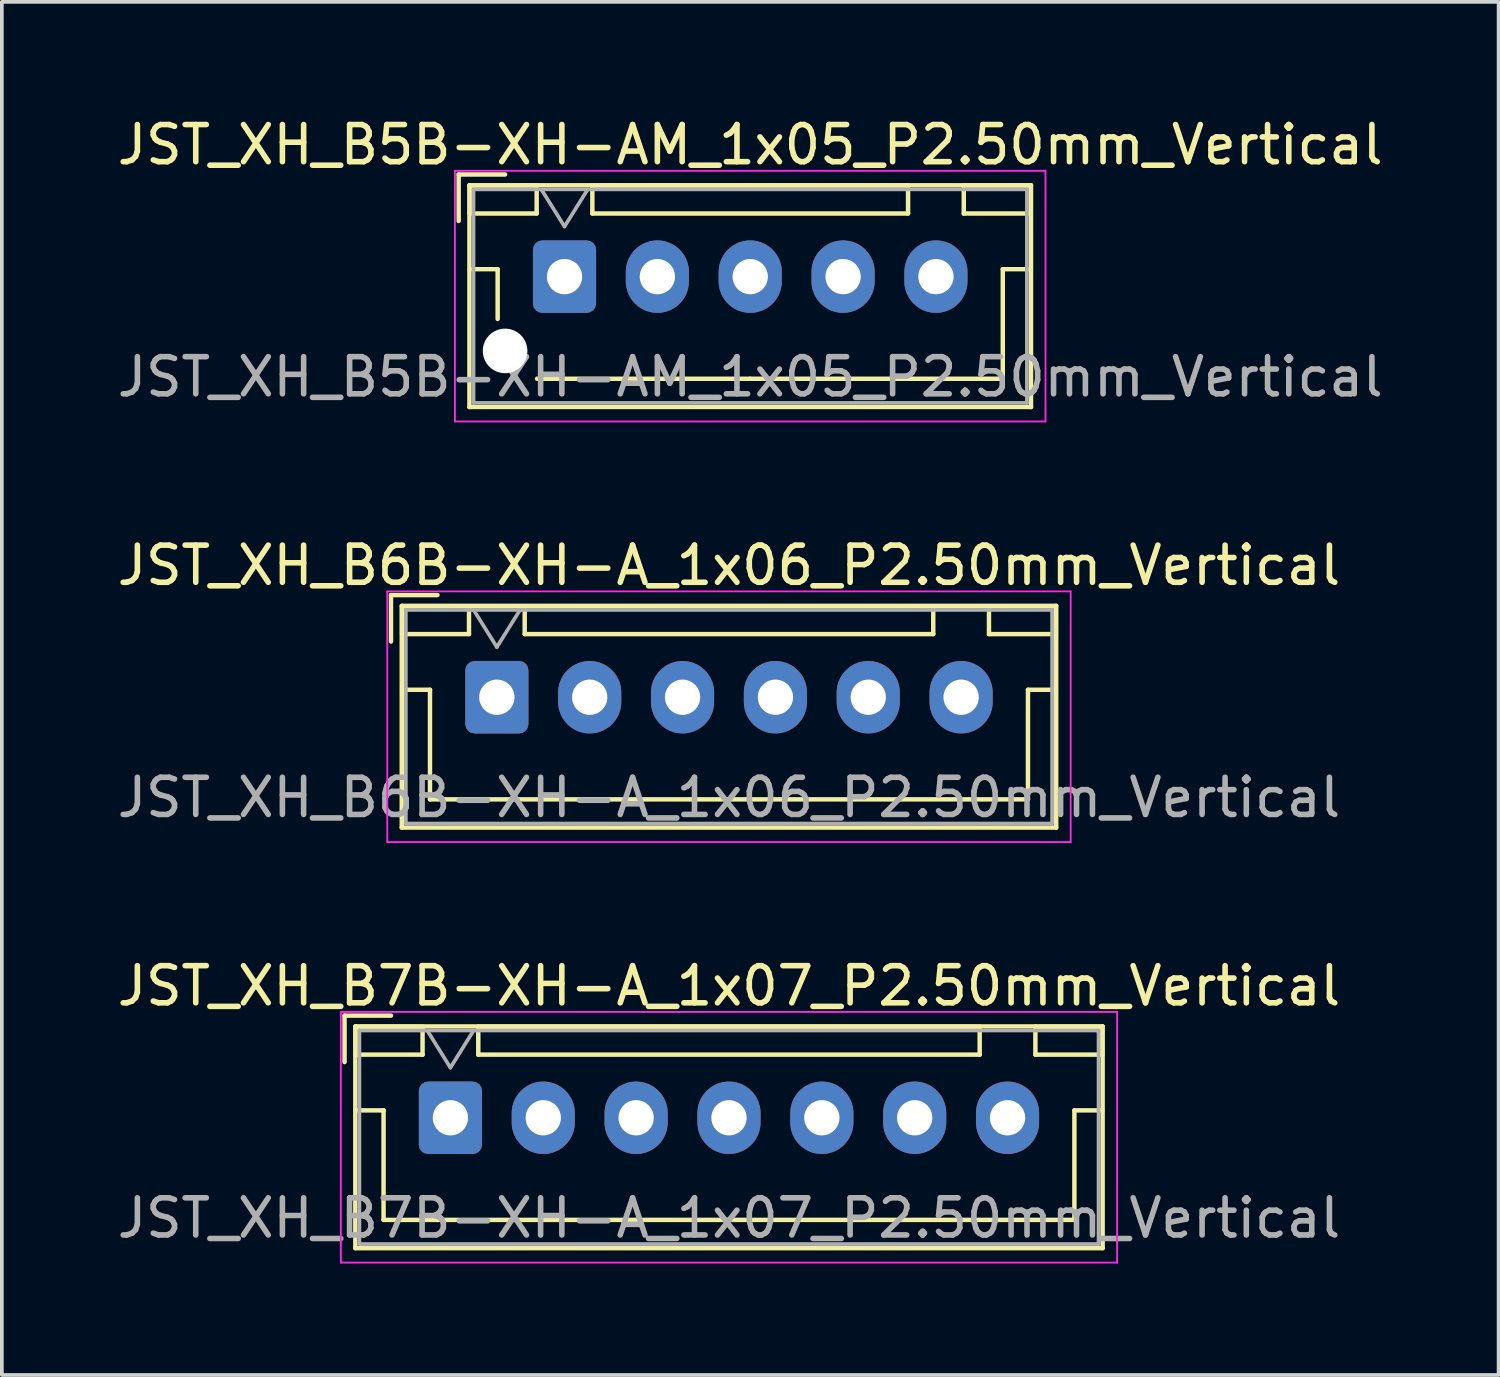
<source format=kicad_pcb>
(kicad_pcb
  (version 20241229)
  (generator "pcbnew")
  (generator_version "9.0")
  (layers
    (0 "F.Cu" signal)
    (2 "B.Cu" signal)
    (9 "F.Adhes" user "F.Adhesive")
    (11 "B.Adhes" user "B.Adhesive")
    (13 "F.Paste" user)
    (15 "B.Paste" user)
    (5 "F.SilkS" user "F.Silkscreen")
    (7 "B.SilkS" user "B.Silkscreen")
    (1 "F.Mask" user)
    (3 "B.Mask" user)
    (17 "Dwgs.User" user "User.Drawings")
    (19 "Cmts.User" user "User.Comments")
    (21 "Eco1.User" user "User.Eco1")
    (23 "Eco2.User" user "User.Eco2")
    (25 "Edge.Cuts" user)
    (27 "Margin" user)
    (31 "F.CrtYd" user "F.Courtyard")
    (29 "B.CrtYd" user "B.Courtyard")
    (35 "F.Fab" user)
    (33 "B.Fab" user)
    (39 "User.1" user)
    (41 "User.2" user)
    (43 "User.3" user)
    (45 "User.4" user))
  (footprint "JST_XH_B7B-XH-A_1x07_P2.50mm_Vertical"
    (layer "F.Cu")
    (at 9.077 27.045)
    (property "Reference" "JST_XH_B7B-XH-A_1x07_P2.50mm_Vertical" (at 7.5 -3.55 0) (layer "F.SilkS") (effects (font (size 1 1) (thickness 0.15))))
    (attr through_hole)
    (fp_line (start -2.85 -2.75) (end -2.85 -1.5) (stroke (width 0.12) (type solid)) (layer "F.SilkS"))
    (fp_line (start -2.56 -2.46) (end -2.56 3.51) (stroke (width 0.12) (type solid)) (layer "F.SilkS"))
    (fp_line (start -2.56 3.51) (end 17.56 3.51) (stroke (width 0.12) (type solid)) (layer "F.SilkS"))
    (fp_line (start -2.55 -2.45) (end -2.55 -1.7) (stroke (width 0.12) (type solid)) (layer "F.SilkS"))
    (fp_line (start -2.55 -1.7) (end -0.75 -1.7) (stroke (width 0.12) (type solid)) (layer "F.SilkS"))
    (fp_line (start -2.55 -0.2) (end -1.8 -0.2) (stroke (width 0.12) (type solid)) (layer "F.SilkS"))
    (fp_line (start -1.8 -0.2) (end -1.8 2.75) (stroke (width 0.12) (type solid)) (layer "F.SilkS"))
    (fp_line (start -1.8 2.75) (end 7.5 2.75) (stroke (width 0.12) (type solid)) (layer "F.SilkS"))
    (fp_line (start -1.6 -2.75) (end -2.85 -2.75) (stroke (width 0.12) (type solid)) (layer "F.SilkS"))
    (fp_line (start -0.75 -2.45) (end -2.55 -2.45) (stroke (width 0.12) (type solid)) (layer "F.SilkS"))
    (fp_line (start -0.75 -1.7) (end -0.75 -2.45) (stroke (width 0.12) (type solid)) (layer "F.SilkS"))
    (fp_line (start 0.75 -2.45) (end 0.75 -1.7) (stroke (width 0.12) (type solid)) (layer "F.SilkS"))
    (fp_line (start 0.75 -1.7) (end 14.25 -1.7) (stroke (width 0.12) (type solid)) (layer "F.SilkS"))
    (fp_line (start 14.25 -2.45) (end 0.75 -2.45) (stroke (width 0.12) (type solid)) (layer "F.SilkS"))
    (fp_line (start 14.25 -1.7) (end 14.25 -2.45) (stroke (width 0.12) (type solid)) (layer "F.SilkS"))
    (fp_line (start 15.75 -2.45) (end 15.75 -1.7) (stroke (width 0.12) (type solid)) (layer "F.SilkS"))
    (fp_line (start 15.75 -1.7) (end 17.55 -1.7) (stroke (width 0.12) (type solid)) (layer "F.SilkS"))
    (fp_line (start 16.8 -0.2) (end 16.8 2.75) (stroke (width 0.12) (type solid)) (layer "F.SilkS"))
    (fp_line (start 16.8 2.75) (end 7.5 2.75) (stroke (width 0.12) (type solid)) (layer "F.SilkS"))
    (fp_line (start 17.55 -2.45) (end 15.75 -2.45) (stroke (width 0.12) (type solid)) (layer "F.SilkS"))
    (fp_line (start 17.55 -1.7) (end 17.55 -2.45) (stroke (width 0.12) (type solid)) (layer "F.SilkS"))
    (fp_line (start 17.55 -0.2) (end 16.8 -0.2) (stroke (width 0.12) (type solid)) (layer "F.SilkS"))
    (fp_line (start 17.56 -2.46) (end -2.56 -2.46) (stroke (width 0.12) (type solid)) (layer "F.SilkS"))
    (fp_line (start 17.56 3.51) (end 17.56 -2.46) (stroke (width 0.12) (type solid)) (layer "F.SilkS"))
    (fp_line (start -2.95 -2.85) (end -2.95 3.9) (stroke (width 0.05) (type solid)) (layer "F.CrtYd"))
    (fp_line (start -2.95 3.9) (end 17.95 3.9) (stroke (width 0.05) (type solid)) (layer "F.CrtYd"))
    (fp_line (start 17.95 -2.85) (end -2.95 -2.85) (stroke (width 0.05) (type solid)) (layer "F.CrtYd"))
    (fp_line (start 17.95 3.9) (end 17.95 -2.85) (stroke (width 0.05) (type solid)) (layer "F.CrtYd"))
    (fp_line (start -2.45 -2.35) (end -2.45 3.4) (stroke (width 0.1) (type solid)) (layer "F.Fab"))
    (fp_line (start -2.45 3.4) (end 17.45 3.4) (stroke (width 0.1) (type solid)) (layer "F.Fab"))
    (fp_line (start -0.625 -2.35) (end 0 -1.35) (stroke (width 0.1) (type solid)) (layer "F.Fab"))
    (fp_line (start 0 -1.35) (end 0.625 -2.35) (stroke (width 0.1) (type solid)) (layer "F.Fab"))
    (fp_line (start 17.45 -2.35) (end -2.45 -2.35) (stroke (width 0.1) (type solid)) (layer "F.Fab"))
    (fp_line (start 17.45 3.4) (end 17.45 -2.35) (stroke (width 0.1) (type solid)) (layer "F.Fab"))
    (fp_text user "${REFERENCE}" (at 7.5 2.7 0) (layer "F.Fab") (effects (font (size 1 1) (thickness 0.15))))
    (pad "1" thru_hole roundrect (at 0 0) (size 1.7 1.95) (drill 0.95) (layers "*.Cu" "*.Mask") (roundrect_rratio 0.147))
    (pad "2" thru_hole oval (at 2.5 0) (size 1.7 1.95) (drill 0.95) (layers "*.Cu" "*.Mask"))
    (pad "3" thru_hole oval (at 5 0) (size 1.7 1.95) (drill 0.95) (layers "*.Cu" "*.Mask"))
    (pad "4" thru_hole oval (at 7.5 0) (size 1.7 1.95) (drill 0.95) (layers "*.Cu" "*.Mask"))
    (pad "5" thru_hole oval (at 10 0) (size 1.7 1.95) (drill 0.95) (layers "*.Cu" "*.Mask"))
    (pad "6" thru_hole oval (at 12.5 0) (size 1.7 1.95) (drill 0.95) (layers "*.Cu" "*.Mask"))
    (pad "7" thru_hole oval (at 15 0) (size 1.7 1.95) (drill 0.95) (layers "*.Cu" "*.Mask")))
  (footprint "JST_XH_B6B-XH-A_1x06_P2.50mm_Vertical"
    (layer "F.Cu")
    (at 10.327 15.722)
    (property "Reference" "JST_XH_B6B-XH-A_1x06_P2.50mm_Vertical" (at 6.25 -3.55 0) (layer "F.SilkS") (effects (font (size 1 1) (thickness 0.15))))
    (attr through_hole)
    (fp_line (start -2.85 -2.75) (end -2.85 -1.5) (stroke (width 0.12) (type solid)) (layer "F.SilkS"))
    (fp_line (start -2.56 -2.46) (end -2.56 3.51) (stroke (width 0.12) (type solid)) (layer "F.SilkS"))
    (fp_line (start -2.56 3.51) (end 15.06 3.51) (stroke (width 0.12) (type solid)) (layer "F.SilkS"))
    (fp_line (start -2.55 -2.45) (end -2.55 -1.7) (stroke (width 0.12) (type solid)) (layer "F.SilkS"))
    (fp_line (start -2.55 -1.7) (end -0.75 -1.7) (stroke (width 0.12) (type solid)) (layer "F.SilkS"))
    (fp_line (start -2.55 -0.2) (end -1.8 -0.2) (stroke (width 0.12) (type solid)) (layer "F.SilkS"))
    (fp_line (start -1.8 -0.2) (end -1.8 2.75) (stroke (width 0.12) (type solid)) (layer "F.SilkS"))
    (fp_line (start -1.8 2.75) (end 6.25 2.75) (stroke (width 0.12) (type solid)) (layer "F.SilkS"))
    (fp_line (start -1.6 -2.75) (end -2.85 -2.75) (stroke (width 0.12) (type solid)) (layer "F.SilkS"))
    (fp_line (start -0.75 -2.45) (end -2.55 -2.45) (stroke (width 0.12) (type solid)) (layer "F.SilkS"))
    (fp_line (start -0.75 -1.7) (end -0.75 -2.45) (stroke (width 0.12) (type solid)) (layer "F.SilkS"))
    (fp_line (start 0.75 -2.45) (end 0.75 -1.7) (stroke (width 0.12) (type solid)) (layer "F.SilkS"))
    (fp_line (start 0.75 -1.7) (end 11.75 -1.7) (stroke (width 0.12) (type solid)) (layer "F.SilkS"))
    (fp_line (start 11.75 -2.45) (end 0.75 -2.45) (stroke (width 0.12) (type solid)) (layer "F.SilkS"))
    (fp_line (start 11.75 -1.7) (end 11.75 -2.45) (stroke (width 0.12) (type solid)) (layer "F.SilkS"))
    (fp_line (start 13.25 -2.45) (end 13.25 -1.7) (stroke (width 0.12) (type solid)) (layer "F.SilkS"))
    (fp_line (start 13.25 -1.7) (end 15.05 -1.7) (stroke (width 0.12) (type solid)) (layer "F.SilkS"))
    (fp_line (start 14.3 -0.2) (end 14.3 2.75) (stroke (width 0.12) (type solid)) (layer "F.SilkS"))
    (fp_line (start 14.3 2.75) (end 6.25 2.75) (stroke (width 0.12) (type solid)) (layer "F.SilkS"))
    (fp_line (start 15.05 -2.45) (end 13.25 -2.45) (stroke (width 0.12) (type solid)) (layer "F.SilkS"))
    (fp_line (start 15.05 -1.7) (end 15.05 -2.45) (stroke (width 0.12) (type solid)) (layer "F.SilkS"))
    (fp_line (start 15.05 -0.2) (end 14.3 -0.2) (stroke (width 0.12) (type solid)) (layer "F.SilkS"))
    (fp_line (start 15.06 -2.46) (end -2.56 -2.46) (stroke (width 0.12) (type solid)) (layer "F.SilkS"))
    (fp_line (start 15.06 3.51) (end 15.06 -2.46) (stroke (width 0.12) (type solid)) (layer "F.SilkS"))
    (fp_line (start -2.95 -2.85) (end -2.95 3.9) (stroke (width 0.05) (type solid)) (layer "F.CrtYd"))
    (fp_line (start -2.95 3.9) (end 15.45 3.9) (stroke (width 0.05) (type solid)) (layer "F.CrtYd"))
    (fp_line (start 15.45 -2.85) (end -2.95 -2.85) (stroke (width 0.05) (type solid)) (layer "F.CrtYd"))
    (fp_line (start 15.45 3.9) (end 15.45 -2.85) (stroke (width 0.05) (type solid)) (layer "F.CrtYd"))
    (fp_line (start -2.45 -2.35) (end -2.45 3.4) (stroke (width 0.1) (type solid)) (layer "F.Fab"))
    (fp_line (start -2.45 3.4) (end 14.95 3.4) (stroke (width 0.1) (type solid)) (layer "F.Fab"))
    (fp_line (start -0.625 -2.35) (end 0 -1.35) (stroke (width 0.1) (type solid)) (layer "F.Fab"))
    (fp_line (start 0 -1.35) (end 0.625 -2.35) (stroke (width 0.1) (type solid)) (layer "F.Fab"))
    (fp_line (start 14.95 -2.35) (end -2.45 -2.35) (stroke (width 0.1) (type solid)) (layer "F.Fab"))
    (fp_line (start 14.95 3.4) (end 14.95 -2.35) (stroke (width 0.1) (type solid)) (layer "F.Fab"))
    (fp_text user "${REFERENCE}" (at 6.25 2.7 0) (layer "F.Fab") (effects (font (size 1 1) (thickness 0.15))))
    (pad "1" thru_hole roundrect (at 0 0) (size 1.7 1.95) (drill 0.95) (layers "*.Cu" "*.Mask") (roundrect_rratio 0.147))
    (pad "2" thru_hole oval (at 2.5 0) (size 1.7 1.95) (drill 0.95) (layers "*.Cu" "*.Mask"))
    (pad "3" thru_hole oval (at 5 0) (size 1.7 1.95) (drill 0.95) (layers "*.Cu" "*.Mask"))
    (pad "4" thru_hole oval (at 7.5 0) (size 1.7 1.95) (drill 0.95) (layers "*.Cu" "*.Mask"))
    (pad "5" thru_hole oval (at 10 0) (size 1.7 1.95) (drill 0.95) (layers "*.Cu" "*.Mask"))
    (pad "6" thru_hole oval (at 12.5 0) (size 1.7 1.95) (drill 0.95) (layers "*.Cu" "*.Mask")))
  (footprint "JST_XH_B5B-XH-AM_1x05_P2.50mm_Vertical"
    (layer "F.Cu")
    (at 12.149 4.398)
    (property "Reference" "JST_XH_B5B-XH-AM_1x05_P2.50mm_Vertical" (at 5 -3.55 0) (layer "F.SilkS") (effects (font (size 1 1) (thickness 0.15))))
    (attr through_hole)
    (fp_line (start -2.85 -2.75) (end -2.85 -1.5) (stroke (width 0.12) (type solid)) (layer "F.SilkS"))
    (fp_line (start -2.56 -2.46) (end -2.56 3.51) (stroke (width 0.12) (type solid)) (layer "F.SilkS"))
    (fp_line (start -2.56 3.51) (end 12.56 3.51) (stroke (width 0.12) (type solid)) (layer "F.SilkS"))
    (fp_line (start -2.55 -2.45) (end -2.55 -1.7) (stroke (width 0.12) (type solid)) (layer "F.SilkS"))
    (fp_line (start -2.55 -1.7) (end -0.75 -1.7) (stroke (width 0.12) (type solid)) (layer "F.SilkS"))
    (fp_line (start -2.55 -0.2) (end -1.8 -0.2) (stroke (width 0.12) (type solid)) (layer "F.SilkS"))
    (fp_line (start -1.8 -0.2) (end -1.8 1.14) (stroke (width 0.12) (type solid)) (layer "F.SilkS"))
    (fp_line (start -1.6 -2.75) (end -2.85 -2.75) (stroke (width 0.12) (type solid)) (layer "F.SilkS"))
    (fp_line (start -0.75 -2.45) (end -2.55 -2.45) (stroke (width 0.12) (type solid)) (layer "F.SilkS"))
    (fp_line (start -0.75 -1.7) (end -0.75 -2.45) (stroke (width 0.12) (type solid)) (layer "F.SilkS"))
    (fp_line (start 0.75 -2.45) (end 0.75 -1.7) (stroke (width 0.12) (type solid)) (layer "F.SilkS"))
    (fp_line (start 0.75 -1.7) (end 9.25 -1.7) (stroke (width 0.12) (type solid)) (layer "F.SilkS"))
    (fp_line (start 5 2.75) (end -0.74 2.75) (stroke (width 0.12) (type solid)) (layer "F.SilkS"))
    (fp_line (start 9.25 -2.45) (end 0.75 -2.45) (stroke (width 0.12) (type solid)) (layer "F.SilkS"))
    (fp_line (start 9.25 -1.7) (end 9.25 -2.45) (stroke (width 0.12) (type solid)) (layer "F.SilkS"))
    (fp_line (start 10.75 -2.45) (end 10.75 -1.7) (stroke (width 0.12) (type solid)) (layer "F.SilkS"))
    (fp_line (start 10.75 -1.7) (end 12.55 -1.7) (stroke (width 0.12) (type solid)) (layer "F.SilkS"))
    (fp_line (start 11.8 -0.2) (end 11.8 2.75) (stroke (width 0.12) (type solid)) (layer "F.SilkS"))
    (fp_line (start 11.8 2.75) (end 5 2.75) (stroke (width 0.12) (type solid)) (layer "F.SilkS"))
    (fp_line (start 12.55 -2.45) (end 10.75 -2.45) (stroke (width 0.12) (type solid)) (layer "F.SilkS"))
    (fp_line (start 12.55 -1.7) (end 12.55 -2.45) (stroke (width 0.12) (type solid)) (layer "F.SilkS"))
    (fp_line (start 12.55 -0.2) (end 11.8 -0.2) (stroke (width 0.12) (type solid)) (layer "F.SilkS"))
    (fp_line (start 12.56 -2.46) (end -2.56 -2.46) (stroke (width 0.12) (type solid)) (layer "F.SilkS"))
    (fp_line (start 12.56 3.51) (end 12.56 -2.46) (stroke (width 0.12) (type solid)) (layer "F.SilkS"))
    (fp_line (start -2.95 -2.85) (end -2.95 3.9) (stroke (width 0.05) (type solid)) (layer "F.CrtYd"))
    (fp_line (start -2.95 3.9) (end 12.95 3.9) (stroke (width 0.05) (type solid)) (layer "F.CrtYd"))
    (fp_line (start 12.95 -2.85) (end -2.95 -2.85) (stroke (width 0.05) (type solid)) (layer "F.CrtYd"))
    (fp_line (start 12.95 3.9) (end 12.95 -2.85) (stroke (width 0.05) (type solid)) (layer "F.CrtYd"))
    (fp_line (start -2.45 -2.35) (end -2.45 3.4) (stroke (width 0.1) (type solid)) (layer "F.Fab"))
    (fp_line (start -2.45 3.4) (end 12.45 3.4) (stroke (width 0.1) (type solid)) (layer "F.Fab"))
    (fp_line (start -0.625 -2.35) (end 0 -1.35) (stroke (width 0.1) (type solid)) (layer "F.Fab"))
    (fp_line (start 0 -1.35) (end 0.625 -2.35) (stroke (width 0.1) (type solid)) (layer "F.Fab"))
    (fp_line (start 12.45 -2.35) (end -2.45 -2.35) (stroke (width 0.1) (type solid)) (layer "F.Fab"))
    (fp_line (start 12.45 3.4) (end 12.45 -2.35) (stroke (width 0.1) (type solid)) (layer "F.Fab"))
    (fp_text user "${REFERENCE}" (at 5 2.7 0) (layer "F.Fab") (effects (font (size 1 1) (thickness 0.15))))
    (pad "" np_thru_hole circle (at -1.6 2) (size 1.2 1.2) (drill 1.2) (layers "*.Cu" "*.Mask"))
    (pad "1" thru_hole roundrect (at 0 0) (size 1.7 1.95) (drill 0.95) (layers "*.Cu" "*.Mask") (roundrect_rratio 0.147))
    (pad "2" thru_hole oval (at 2.5 0) (size 1.7 1.95) (drill 0.95) (layers "*.Cu" "*.Mask"))
    (pad "3" thru_hole oval (at 5 0) (size 1.7 1.95) (drill 0.95) (layers "*.Cu" "*.Mask"))
    (pad "4" thru_hole oval (at 7.5 0) (size 1.7 1.95) (drill 0.95) (layers "*.Cu" "*.Mask"))
    (pad "5" thru_hole oval (at 10 0) (size 1.7 1.95) (drill 0.95) (layers "*.Cu" "*.Mask")))
  (gr_rect
    (start -3 -3)
    (end 37.298 33.97)
    (stroke (width 0.1) (type default))
    (fill no)
    (layer "Edge.Cuts")))
</source>
